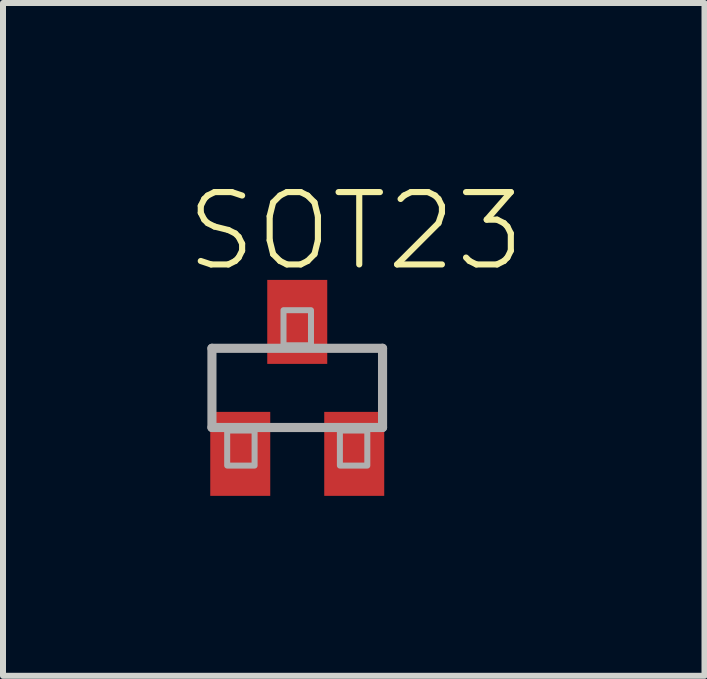
<source format=kicad_pcb>
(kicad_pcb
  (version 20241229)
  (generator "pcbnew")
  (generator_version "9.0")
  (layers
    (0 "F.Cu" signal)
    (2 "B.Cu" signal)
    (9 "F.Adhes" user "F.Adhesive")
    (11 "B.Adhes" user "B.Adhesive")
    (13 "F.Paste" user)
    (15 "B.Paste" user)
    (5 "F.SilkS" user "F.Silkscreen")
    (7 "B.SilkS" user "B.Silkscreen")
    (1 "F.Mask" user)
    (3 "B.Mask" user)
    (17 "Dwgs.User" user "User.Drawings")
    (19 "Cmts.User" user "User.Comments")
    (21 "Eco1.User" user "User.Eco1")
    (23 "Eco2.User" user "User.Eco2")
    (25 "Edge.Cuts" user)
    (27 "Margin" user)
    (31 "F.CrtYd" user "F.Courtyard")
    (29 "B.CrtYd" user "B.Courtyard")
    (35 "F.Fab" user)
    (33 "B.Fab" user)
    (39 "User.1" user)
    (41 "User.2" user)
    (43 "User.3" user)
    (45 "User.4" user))
  (footprint "SOT23"
    (layer "F.Cu")
    (at 1.905 3.416)
    (property "Reference" "SOT23" (at -1.905 -1.905 0) (layer "F.SilkS") (effects (font (size 1.206 1.206) (thickness 0.102)) (justify left bottom)))
    (attr through_hole)
    (fp_line (start -1.422 -0.66) (end 1.422 -0.66) (stroke (width 0.152) (type solid)) (layer "F.Fab"))
    (fp_line (start -1.422 0.66) (end -1.422 -0.66) (stroke (width 0.152) (type solid)) (layer "F.Fab"))
    (fp_line (start 1.422 -0.66) (end 1.422 0.66) (stroke (width 0.152) (type solid)) (layer "F.Fab"))
    (fp_line (start 1.422 0.66) (end -1.422 0.66) (stroke (width 0.152) (type solid)) (layer "F.Fab"))
    (fp_poly (pts (xy -1.168 1.295) (xy -0.711 1.295) (xy -0.711 0.711) (xy -1.168 0.711)) (stroke (width 0.1) (type solid)) (fill no) (layer "F.Fab"))
    (fp_poly (pts (xy -0.229 -0.711) (xy 0.229 -0.711) (xy 0.229 -1.295) (xy -0.229 -1.295)) (stroke (width 0.1) (type solid)) (fill no) (layer "F.Fab"))
    (fp_poly (pts (xy 0.711 1.295) (xy 1.168 1.295) (xy 1.168 0.711) (xy 0.711 0.711)) (stroke (width 0.1) (type solid)) (fill no) (layer "F.Fab"))
    (pad "1" smd rect (at -0.95 1.1) (size 1 1.4) (layers "F.Cu" "F.Mask" "F.Paste"))
    (pad "2" smd rect (at 0.95 1.1) (size 1 1.4) (layers "F.Cu" "F.Mask" "F.Paste"))
    (pad "3" smd rect (at 0 -1.1) (size 1 1.4) (layers "F.Cu" "F.Mask" "F.Paste")))
  (gr_rect
    (start -3 -3)
    (end 8.694 8.216)
    (stroke (width 0.1) (type default))
    (fill no)
    (layer "Edge.Cuts")))
</source>
